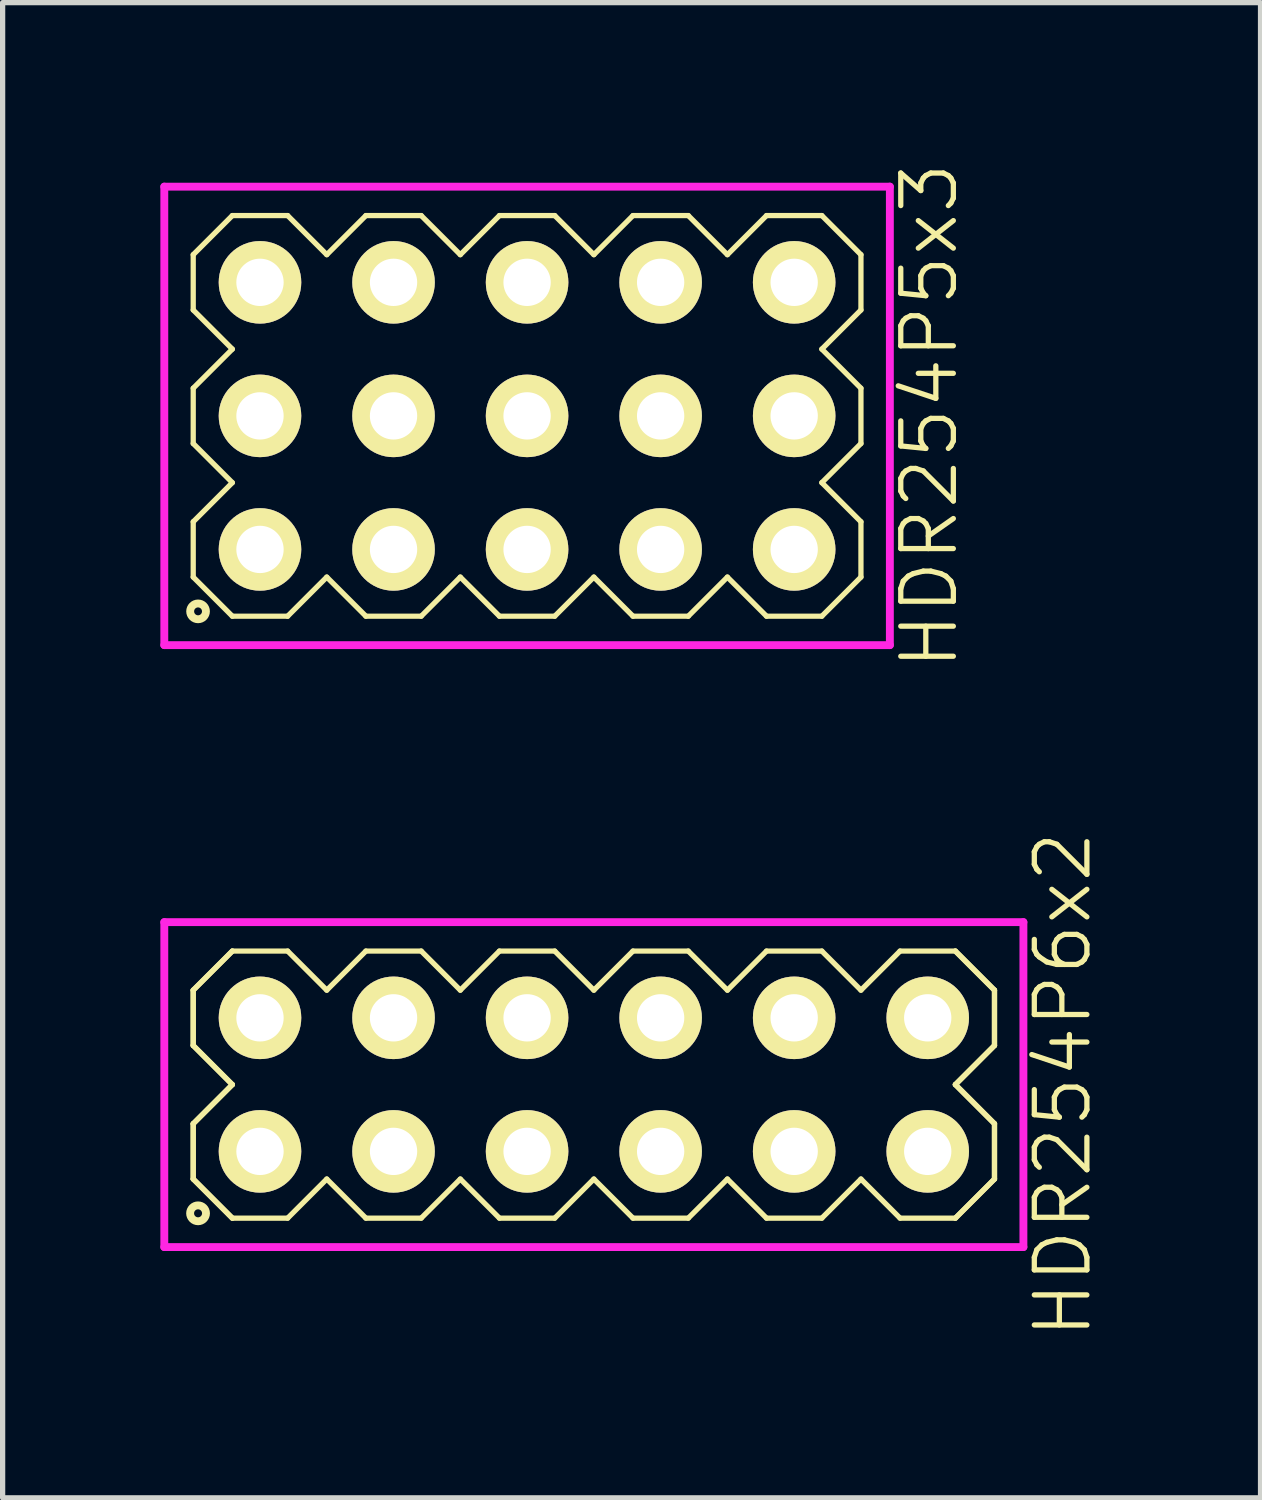
<source format=kicad_pcb>
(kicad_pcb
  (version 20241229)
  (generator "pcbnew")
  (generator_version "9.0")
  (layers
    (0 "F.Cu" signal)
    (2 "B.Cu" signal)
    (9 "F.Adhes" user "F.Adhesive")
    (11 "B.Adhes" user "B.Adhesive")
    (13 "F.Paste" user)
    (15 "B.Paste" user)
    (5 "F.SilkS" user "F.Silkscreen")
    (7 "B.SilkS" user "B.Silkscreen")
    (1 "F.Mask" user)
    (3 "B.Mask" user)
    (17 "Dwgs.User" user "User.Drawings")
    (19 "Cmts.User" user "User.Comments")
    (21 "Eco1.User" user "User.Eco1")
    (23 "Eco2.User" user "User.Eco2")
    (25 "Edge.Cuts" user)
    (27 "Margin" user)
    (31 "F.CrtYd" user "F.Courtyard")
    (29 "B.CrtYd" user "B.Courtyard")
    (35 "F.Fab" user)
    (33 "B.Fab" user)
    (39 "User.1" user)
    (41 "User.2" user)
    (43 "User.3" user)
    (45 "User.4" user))
  (footprint "HDR254P5x3"
    (layer "F.Cu")
    (at 6.975 4.86)
    (property "Reference" "HDR254P5x3" (at 7.65 0 90) (layer "F.SilkS") (effects (font (size 1 1) (thickness 0.1))))
    (attr through_hole)
    (fp_line (start -6.35 -3.066) (end -5.606 -3.81) (stroke (width 0.1) (type solid)) (layer "F.SilkS"))
    (fp_line (start -6.35 -2.014) (end -6.35 -3.066) (stroke (width 0.1) (type solid)) (layer "F.SilkS"))
    (fp_line (start -6.35 -0.526) (end -5.606 -1.27) (stroke (width 0.1) (type solid)) (layer "F.SilkS"))
    (fp_line (start -6.35 0.526) (end -6.35 -0.526) (stroke (width 0.1) (type solid)) (layer "F.SilkS"))
    (fp_line (start -6.35 2.014) (end -5.606 1.27) (stroke (width 0.1) (type solid)) (layer "F.SilkS"))
    (fp_line (start -6.35 3.066) (end -6.35 2.014) (stroke (width 0.1) (type solid)) (layer "F.SilkS"))
    (fp_line (start -5.606 -3.81) (end -4.554 -3.81) (stroke (width 0.1) (type solid)) (layer "F.SilkS"))
    (fp_line (start -5.606 -1.27) (end -6.35 -2.014) (stroke (width 0.1) (type solid)) (layer "F.SilkS"))
    (fp_line (start -5.606 1.27) (end -6.35 0.526) (stroke (width 0.1) (type solid)) (layer "F.SilkS"))
    (fp_line (start -5.606 3.81) (end -6.35 3.066) (stroke (width 0.1) (type solid)) (layer "F.SilkS"))
    (fp_line (start -4.554 -3.81) (end -3.81 -3.066) (stroke (width 0.1) (type solid)) (layer "F.SilkS"))
    (fp_line (start -4.554 3.81) (end -5.606 3.81) (stroke (width 0.1) (type solid)) (layer "F.SilkS"))
    (fp_line (start -3.81 -3.066) (end -3.066 -3.81) (stroke (width 0.1) (type solid)) (layer "F.SilkS"))
    (fp_line (start -3.81 3.066) (end -4.554 3.81) (stroke (width 0.1) (type solid)) (layer "F.SilkS"))
    (fp_line (start -3.066 -3.81) (end -2.014 -3.81) (stroke (width 0.1) (type solid)) (layer "F.SilkS"))
    (fp_line (start -3.066 3.81) (end -3.81 3.066) (stroke (width 0.1) (type solid)) (layer "F.SilkS"))
    (fp_line (start -2.014 -3.81) (end -1.27 -3.066) (stroke (width 0.1) (type solid)) (layer "F.SilkS"))
    (fp_line (start -2.014 3.81) (end -3.066 3.81) (stroke (width 0.1) (type solid)) (layer "F.SilkS"))
    (fp_line (start -1.27 -3.066) (end -0.526 -3.81) (stroke (width 0.1) (type solid)) (layer "F.SilkS"))
    (fp_line (start -1.27 3.066) (end -2.014 3.81) (stroke (width 0.1) (type solid)) (layer "F.SilkS"))
    (fp_line (start -0.526 -3.81) (end 0.526 -3.81) (stroke (width 0.1) (type solid)) (layer "F.SilkS"))
    (fp_line (start -0.526 3.81) (end -1.27 3.066) (stroke (width 0.1) (type solid)) (layer "F.SilkS"))
    (fp_line (start 0.526 -3.81) (end 1.27 -3.066) (stroke (width 0.1) (type solid)) (layer "F.SilkS"))
    (fp_line (start 0.526 3.81) (end -0.526 3.81) (stroke (width 0.1) (type solid)) (layer "F.SilkS"))
    (fp_line (start 1.27 -3.066) (end 2.014 -3.81) (stroke (width 0.1) (type solid)) (layer "F.SilkS"))
    (fp_line (start 1.27 3.066) (end 0.526 3.81) (stroke (width 0.1) (type solid)) (layer "F.SilkS"))
    (fp_line (start 2.014 -3.81) (end 3.066 -3.81) (stroke (width 0.1) (type solid)) (layer "F.SilkS"))
    (fp_line (start 2.014 3.81) (end 1.27 3.066) (stroke (width 0.1) (type solid)) (layer "F.SilkS"))
    (fp_line (start 3.066 -3.81) (end 3.81 -3.066) (stroke (width 0.1) (type solid)) (layer "F.SilkS"))
    (fp_line (start 3.066 3.81) (end 2.014 3.81) (stroke (width 0.1) (type solid)) (layer "F.SilkS"))
    (fp_line (start 3.81 -3.066) (end 4.554 -3.81) (stroke (width 0.1) (type solid)) (layer "F.SilkS"))
    (fp_line (start 3.81 3.066) (end 3.066 3.81) (stroke (width 0.1) (type solid)) (layer "F.SilkS"))
    (fp_line (start 4.554 -3.81) (end 5.606 -3.81) (stroke (width 0.1) (type solid)) (layer "F.SilkS"))
    (fp_line (start 4.554 3.81) (end 3.81 3.066) (stroke (width 0.1) (type solid)) (layer "F.SilkS"))
    (fp_line (start 5.606 -3.81) (end 6.35 -3.066) (stroke (width 0.1) (type solid)) (layer "F.SilkS"))
    (fp_line (start 5.606 -1.27) (end 6.35 -0.526) (stroke (width 0.1) (type solid)) (layer "F.SilkS"))
    (fp_line (start 5.606 1.27) (end 6.35 2.014) (stroke (width 0.1) (type solid)) (layer "F.SilkS"))
    (fp_line (start 5.606 3.81) (end 4.554 3.81) (stroke (width 0.1) (type solid)) (layer "F.SilkS"))
    (fp_line (start 6.35 -3.066) (end 6.35 -2.014) (stroke (width 0.1) (type solid)) (layer "F.SilkS"))
    (fp_line (start 6.35 -2.014) (end 5.606 -1.27) (stroke (width 0.1) (type solid)) (layer "F.SilkS"))
    (fp_line (start 6.35 -0.526) (end 6.35 0.526) (stroke (width 0.1) (type solid)) (layer "F.SilkS"))
    (fp_line (start 6.35 0.526) (end 5.606 1.27) (stroke (width 0.1) (type solid)) (layer "F.SilkS"))
    (fp_line (start 6.35 2.014) (end 6.35 3.066) (stroke (width 0.1) (type solid)) (layer "F.SilkS"))
    (fp_line (start 6.35 3.066) (end 5.606 3.81) (stroke (width 0.1) (type solid)) (layer "F.SilkS"))
    (fp_circle (center -6.258 3.718) (end -6.108 3.718) (stroke (width 0.15) (type solid)) (fill no) (layer "F.SilkS"))
    (fp_line (start -6.9 -4.36) (end -6.9 4.36) (stroke (width 0.15) (type solid)) (layer "F.CrtYd"))
    (fp_line (start -6.9 4.36) (end 6.9 4.36) (stroke (width 0.15) (type solid)) (layer "F.CrtYd"))
    (fp_line (start 6.9 -4.36) (end -6.9 -4.36) (stroke (width 0.15) (type solid)) (layer "F.CrtYd"))
    (fp_line (start 6.9 4.36) (end 6.9 -4.36) (stroke (width 0.15) (type solid)) (layer "F.CrtYd"))
    (pad "1" thru_hole oval (at -5.08 2.54) (size 1.57 1.57) (drill 0.9) (layers "*.Cu" "*.Mask" "F.SilkS"))
    (pad "2" thru_hole oval (at -5.08 0) (size 1.57 1.57) (drill 0.9) (layers "*.Cu" "*.Mask" "F.SilkS"))
    (pad "3" thru_hole oval (at -5.08 -2.54) (size 1.57 1.57) (drill 0.9) (layers "*.Cu" "*.Mask" "F.SilkS"))
    (pad "4" thru_hole oval (at -2.54 2.54) (size 1.57 1.57) (drill 0.9) (layers "*.Cu" "*.Mask" "F.SilkS"))
    (pad "5" thru_hole oval (at -2.54 0) (size 1.57 1.57) (drill 0.9) (layers "*.Cu" "*.Mask" "F.SilkS"))
    (pad "6" thru_hole oval (at -2.54 -2.54) (size 1.57 1.57) (drill 0.9) (layers "*.Cu" "*.Mask" "F.SilkS"))
    (pad "7" thru_hole oval (at 0 2.54) (size 1.57 1.57) (drill 0.9) (layers "*.Cu" "*.Mask" "F.SilkS"))
    (pad "8" thru_hole oval (at 0 0) (size 1.57 1.57) (drill 0.9) (layers "*.Cu" "*.Mask" "F.SilkS"))
    (pad "9" thru_hole oval (at 0 -2.54) (size 1.57 1.57) (drill 0.9) (layers "*.Cu" "*.Mask" "F.SilkS"))
    (pad "10" thru_hole oval (at 2.54 2.54) (size 1.57 1.57) (drill 0.9) (layers "*.Cu" "*.Mask" "F.SilkS"))
    (pad "11" thru_hole oval (at 2.54 0) (size 1.57 1.57) (drill 0.9) (layers "*.Cu" "*.Mask" "F.SilkS"))
    (pad "12" thru_hole oval (at 2.54 -2.54) (size 1.57 1.57) (drill 0.9) (layers "*.Cu" "*.Mask" "F.SilkS"))
    (pad "13" thru_hole oval (at 5.08 2.54) (size 1.57 1.57) (drill 0.9) (layers "*.Cu" "*.Mask" "F.SilkS"))
    (pad "14" thru_hole oval (at 5.08 0) (size 1.57 1.57) (drill 0.9) (layers "*.Cu" "*.Mask" "F.SilkS"))
    (pad "15" thru_hole oval (at 5.08 -2.54) (size 1.57 1.57) (drill 0.9) (layers "*.Cu" "*.Mask" "F.SilkS")))
  (footprint "HDR254P6x2"
    (layer "F.Cu")
    (at 8.245 17.579)
    (property "Reference" "HDR254P6x2" (at 8.92 0 90) (layer "F.SilkS") (effects (font (size 1 1) (thickness 0.1))))
    (attr through_hole)
    (fp_line (start -7.62 -1.796) (end -6.876 -2.54) (stroke (width 0.1) (type solid)) (layer "F.SilkS"))
    (fp_line (start -7.62 -1.796) (end -6.876 -2.54) (stroke (width 0.1) (type solid)) (layer "F.SilkS"))
    (fp_line (start -7.62 -0.744) (end -7.62 -1.796) (stroke (width 0.1) (type solid)) (layer "F.SilkS"))
    (fp_line (start -7.62 -0.744) (end -7.62 -1.796) (stroke (width 0.1) (type solid)) (layer "F.SilkS"))
    (fp_line (start -7.62 0.744) (end -6.876 0) (stroke (width 0.1) (type solid)) (layer "F.SilkS"))
    (fp_line (start -7.62 0.744) (end -6.876 0) (stroke (width 0.1) (type solid)) (layer "F.SilkS"))
    (fp_line (start -7.62 1.796) (end -7.62 0.744) (stroke (width 0.1) (type solid)) (layer "F.SilkS"))
    (fp_line (start -7.62 1.796) (end -7.62 0.744) (stroke (width 0.1) (type solid)) (layer "F.SilkS"))
    (fp_line (start -6.876 -2.54) (end -5.824 -2.54) (stroke (width 0.1) (type solid)) (layer "F.SilkS"))
    (fp_line (start -6.876 0) (end -7.62 -0.744) (stroke (width 0.1) (type solid)) (layer "F.SilkS"))
    (fp_line (start -6.876 0) (end -7.62 -0.744) (stroke (width 0.1) (type solid)) (layer "F.SilkS"))
    (fp_line (start -6.876 2.54) (end -7.62 1.796) (stroke (width 0.1) (type solid)) (layer "F.SilkS"))
    (fp_line (start -6.876 2.54) (end -7.62 1.796) (stroke (width 0.1) (type solid)) (layer "F.SilkS"))
    (fp_line (start -5.824 -2.54) (end -5.08 -1.796) (stroke (width 0.1) (type solid)) (layer "F.SilkS"))
    (fp_line (start -5.824 2.54) (end -6.876 2.54) (stroke (width 0.1) (type solid)) (layer "F.SilkS"))
    (fp_line (start -5.08 -1.796) (end -4.336 -2.54) (stroke (width 0.1) (type solid)) (layer "F.SilkS"))
    (fp_line (start -5.08 1.796) (end -5.824 2.54) (stroke (width 0.1) (type solid)) (layer "F.SilkS"))
    (fp_line (start -4.336 -2.54) (end -3.284 -2.54) (stroke (width 0.1) (type solid)) (layer "F.SilkS"))
    (fp_line (start -4.336 2.54) (end -5.08 1.796) (stroke (width 0.1) (type solid)) (layer "F.SilkS"))
    (fp_line (start -3.284 -2.54) (end -2.54 -1.796) (stroke (width 0.1) (type solid)) (layer "F.SilkS"))
    (fp_line (start -3.284 2.54) (end -4.336 2.54) (stroke (width 0.1) (type solid)) (layer "F.SilkS"))
    (fp_line (start -2.54 -1.796) (end -1.796 -2.54) (stroke (width 0.1) (type solid)) (layer "F.SilkS"))
    (fp_line (start -2.54 1.796) (end -3.284 2.54) (stroke (width 0.1) (type solid)) (layer "F.SilkS"))
    (fp_line (start -1.796 -2.54) (end -0.744 -2.54) (stroke (width 0.1) (type solid)) (layer "F.SilkS"))
    (fp_line (start -1.796 2.54) (end -2.54 1.796) (stroke (width 0.1) (type solid)) (layer "F.SilkS"))
    (fp_line (start -0.744 -2.54) (end 0 -1.796) (stroke (width 0.1) (type solid)) (layer "F.SilkS"))
    (fp_line (start -0.744 2.54) (end -1.796 2.54) (stroke (width 0.1) (type solid)) (layer "F.SilkS"))
    (fp_line (start 0 -1.796) (end 0.744 -2.54) (stroke (width 0.1) (type solid)) (layer "F.SilkS"))
    (fp_line (start 0 1.796) (end -0.744 2.54) (stroke (width 0.1) (type solid)) (layer "F.SilkS"))
    (fp_line (start 0.744 -2.54) (end 1.796 -2.54) (stroke (width 0.1) (type solid)) (layer "F.SilkS"))
    (fp_line (start 0.744 2.54) (end 0 1.796) (stroke (width 0.1) (type solid)) (layer "F.SilkS"))
    (fp_line (start 1.796 -2.54) (end 2.54 -1.796) (stroke (width 0.1) (type solid)) (layer "F.SilkS"))
    (fp_line (start 1.796 2.54) (end 0.744 2.54) (stroke (width 0.1) (type solid)) (layer "F.SilkS"))
    (fp_line (start 2.54 -1.796) (end 3.284 -2.54) (stroke (width 0.1) (type solid)) (layer "F.SilkS"))
    (fp_line (start 2.54 1.796) (end 1.796 2.54) (stroke (width 0.1) (type solid)) (layer "F.SilkS"))
    (fp_line (start 3.284 -2.54) (end 4.336 -2.54) (stroke (width 0.1) (type solid)) (layer "F.SilkS"))
    (fp_line (start 3.284 2.54) (end 2.54 1.796) (stroke (width 0.1) (type solid)) (layer "F.SilkS"))
    (fp_line (start 4.336 -2.54) (end 5.08 -1.796) (stroke (width 0.1) (type solid)) (layer "F.SilkS"))
    (fp_line (start 4.336 2.54) (end 3.284 2.54) (stroke (width 0.1) (type solid)) (layer "F.SilkS"))
    (fp_line (start 5.08 -1.796) (end 5.824 -2.54) (stroke (width 0.1) (type solid)) (layer "F.SilkS"))
    (fp_line (start 5.08 1.796) (end 4.336 2.54) (stroke (width 0.1) (type solid)) (layer "F.SilkS"))
    (fp_line (start 5.824 -2.54) (end 6.876 -2.54) (stroke (width 0.1) (type solid)) (layer "F.SilkS"))
    (fp_line (start 5.824 2.54) (end 5.08 1.796) (stroke (width 0.1) (type solid)) (layer "F.SilkS"))
    (fp_line (start 6.876 -2.54) (end 7.62 -1.796) (stroke (width 0.1) (type solid)) (layer "F.SilkS"))
    (fp_line (start 6.876 -2.54) (end 7.62 -1.796) (stroke (width 0.1) (type solid)) (layer "F.SilkS"))
    (fp_line (start 6.876 0) (end 7.62 0.744) (stroke (width 0.1) (type solid)) (layer "F.SilkS"))
    (fp_line (start 6.876 0) (end 7.62 0.744) (stroke (width 0.1) (type solid)) (layer "F.SilkS"))
    (fp_line (start 6.876 2.54) (end 5.824 2.54) (stroke (width 0.1) (type solid)) (layer "F.SilkS"))
    (fp_line (start 7.62 -1.796) (end 7.62 -0.744) (stroke (width 0.1) (type solid)) (layer "F.SilkS"))
    (fp_line (start 7.62 -1.796) (end 7.62 -0.744) (stroke (width 0.1) (type solid)) (layer "F.SilkS"))
    (fp_line (start 7.62 -0.744) (end 6.876 0) (stroke (width 0.1) (type solid)) (layer "F.SilkS"))
    (fp_line (start 7.62 -0.744) (end 6.876 0) (stroke (width 0.1) (type solid)) (layer "F.SilkS"))
    (fp_line (start 7.62 0.744) (end 7.62 1.796) (stroke (width 0.1) (type solid)) (layer "F.SilkS"))
    (fp_line (start 7.62 0.744) (end 7.62 1.796) (stroke (width 0.1) (type solid)) (layer "F.SilkS"))
    (fp_line (start 7.62 1.796) (end 6.876 2.54) (stroke (width 0.1) (type solid)) (layer "F.SilkS"))
    (fp_line (start 7.62 1.796) (end 6.876 2.54) (stroke (width 0.1) (type solid)) (layer "F.SilkS"))
    (fp_circle (center -7.528 2.448) (end -7.377 2.448) (stroke (width 0.15) (type solid)) (fill no) (layer "F.SilkS"))
    (fp_line (start -8.17 -3.09) (end -8.17 3.09) (stroke (width 0.15) (type solid)) (layer "F.CrtYd"))
    (fp_line (start -8.17 3.09) (end 8.17 3.09) (stroke (width 0.15) (type solid)) (layer "F.CrtYd"))
    (fp_line (start 8.17 -3.09) (end -8.17 -3.09) (stroke (width 0.15) (type solid)) (layer "F.CrtYd"))
    (fp_line (start 8.17 3.09) (end 8.17 -3.09) (stroke (width 0.15) (type solid)) (layer "F.CrtYd"))
    (pad "1" thru_hole oval (at -6.35 1.27) (size 1.57 1.57) (drill 0.9) (layers "*.Cu" "*.Mask" "F.SilkS"))
    (pad "2" thru_hole oval (at -6.35 -1.27) (size 1.57 1.57) (drill 0.9) (layers "*.Cu" "*.Mask" "F.SilkS"))
    (pad "3" thru_hole oval (at -3.81 1.27) (size 1.57 1.57) (drill 0.9) (layers "*.Cu" "*.Mask" "F.SilkS"))
    (pad "4" thru_hole oval (at -3.81 -1.27) (size 1.57 1.57) (drill 0.9) (layers "*.Cu" "*.Mask" "F.SilkS"))
    (pad "5" thru_hole oval (at -1.27 1.27) (size 1.57 1.57) (drill 0.9) (layers "*.Cu" "*.Mask" "F.SilkS"))
    (pad "6" thru_hole oval (at -1.27 -1.27) (size 1.57 1.57) (drill 0.9) (layers "*.Cu" "*.Mask" "F.SilkS"))
    (pad "7" thru_hole oval (at 1.27 1.27) (size 1.57 1.57) (drill 0.9) (layers "*.Cu" "*.Mask" "F.SilkS"))
    (pad "8" thru_hole oval (at 1.27 -1.27) (size 1.57 1.57) (drill 0.9) (layers "*.Cu" "*.Mask" "F.SilkS"))
    (pad "9" thru_hole oval (at 3.81 1.27) (size 1.57 1.57) (drill 0.9) (layers "*.Cu" "*.Mask" "F.SilkS"))
    (pad "10" thru_hole oval (at 3.81 -1.27) (size 1.57 1.57) (drill 0.9) (layers "*.Cu" "*.Mask" "F.SilkS"))
    (pad "11" thru_hole oval (at 6.35 1.27) (size 1.57 1.57) (drill 0.9) (layers "*.Cu" "*.Mask" "F.SilkS"))
    (pad "12" thru_hole oval (at 6.35 -1.27) (size 1.57 1.57) (drill 0.9) (layers "*.Cu" "*.Mask" "F.SilkS")))
  (gr_rect
    (start -3 -3)
    (end 20.925 25.438)
    (stroke (width 0.1) (type default))
    (fill no)
    (layer "Edge.Cuts")))
</source>
